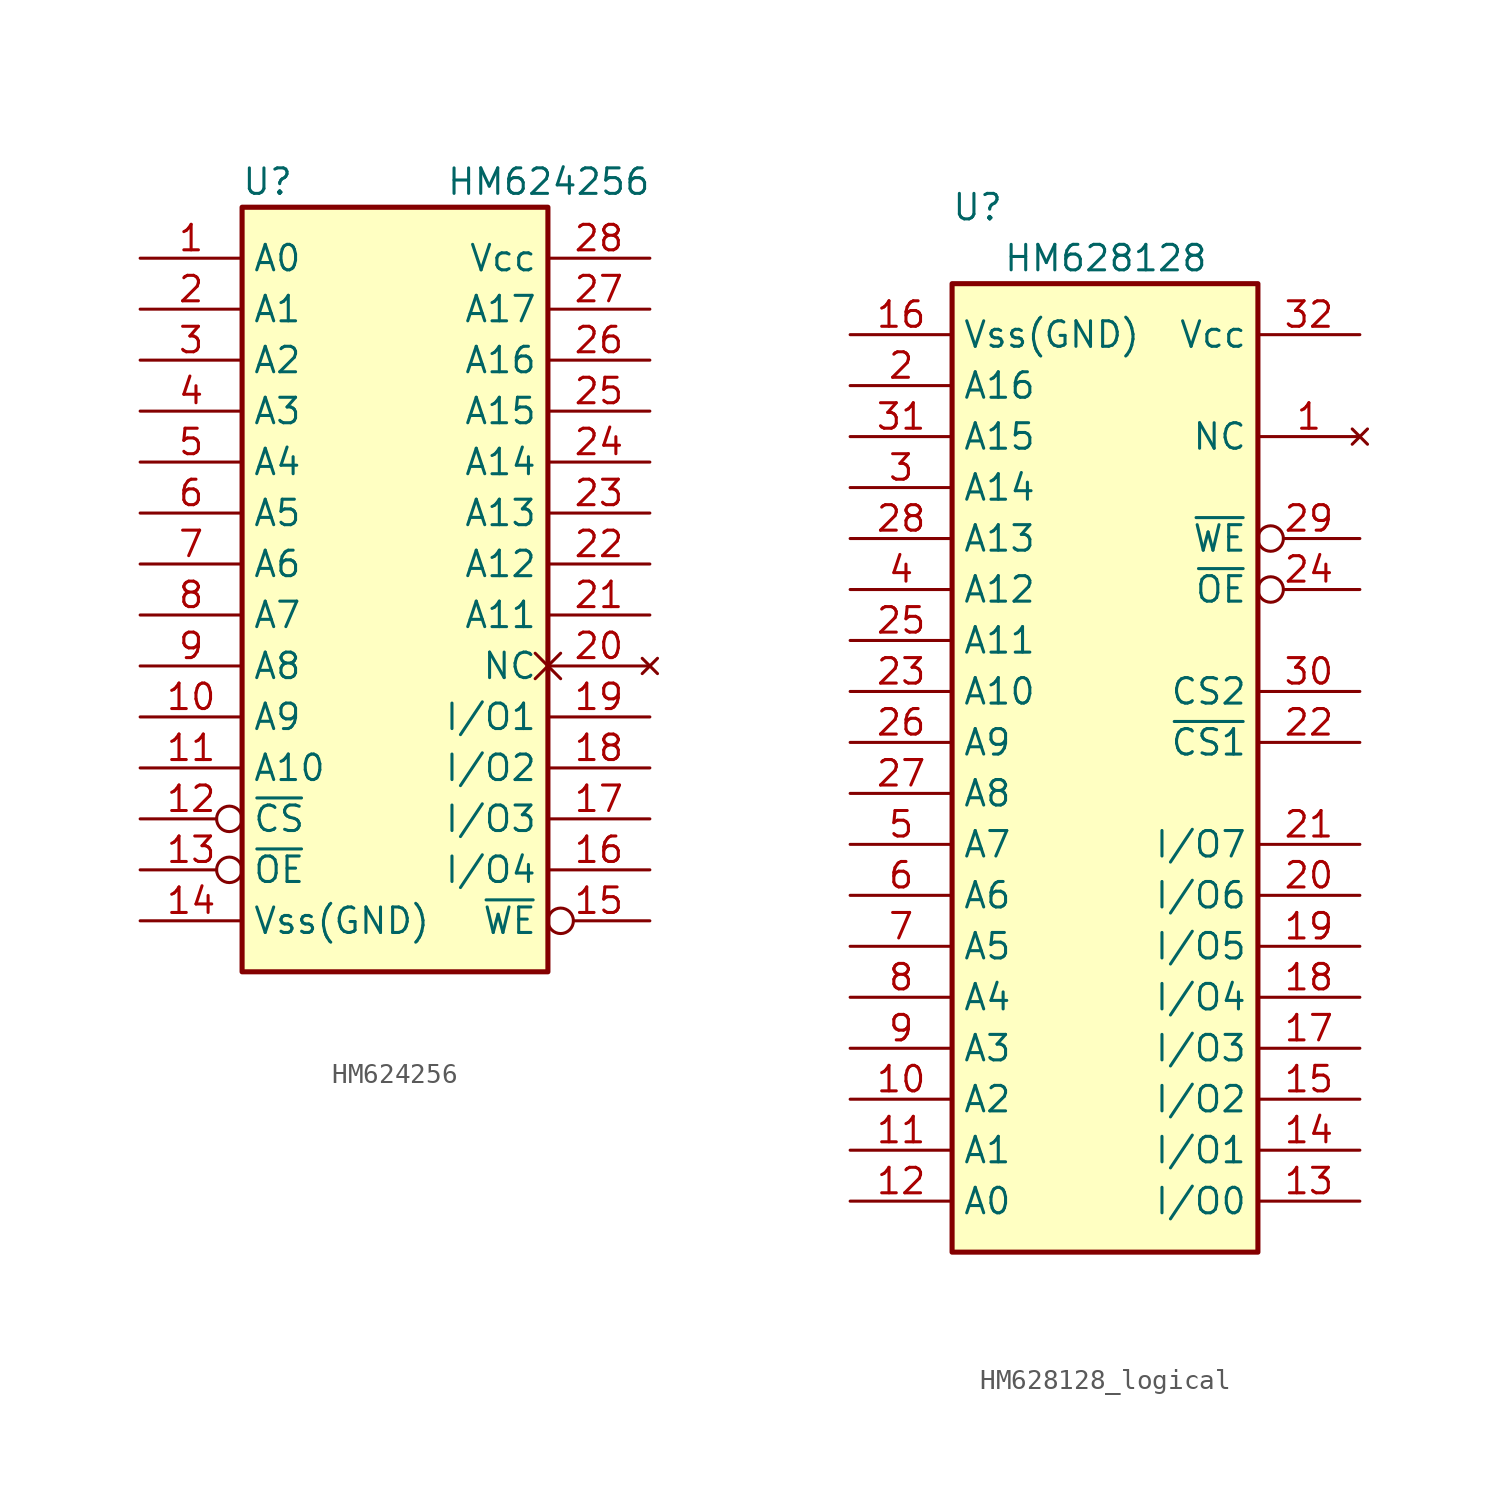
<source format=kicad_sym>
(kicad_symbol_lib
  (version 20220914)
  (generator kicad_symbol_editor)
  (symbol "HM624256"
    (property "Reference" "U"
      (at -6.35 19.05 0)
      (effects (font (size 1.27 1.27))))
    (property "Value" "HM624256"
      (at 2.54 19.05 0)
      (effects (font (size 1.27 1.27)) (justify left)))
    (symbol "HM624256_1_1"
      (rectangle (start -7.62 17.78) (end 7.62 -20.32) (stroke (width 0.254) (type default)) (fill (type background)))
      (pin input line (at -12.7 15.24 0) (length 5.08) (name "A0" (effects (font (size 1.27 1.27)))) (number "1" (effects (font (size 1.27 1.27)))))
      (pin input line (at -12.7 -7.62 0) (length 5.08) (name "A9" (effects (font (size 1.27 1.27)))) (number "10" (effects (font (size 1.27 1.27)))))
      (pin input line (at -12.7 -10.16 0) (length 5.08) (name "A10" (effects (font (size 1.27 1.27)))) (number "11" (effects (font (size 1.27 1.27)))))
      (pin input inverted (at -12.7 -12.7 0) (length 5.08) (name "~{CS}" (effects (font (size 1.27 1.27)))) (number "12" (effects (font (size 1.27 1.27)))))
      (pin input inverted (at -12.7 -15.24 0) (length 5.08) (name "~{OE}" (effects (font (size 1.27 1.27)))) (number "13" (effects (font (size 1.27 1.27)))))
      (pin power_in line (at -12.7 -17.78 0) (length 5.08) (name "Vss(GND)" (effects (font (size 1.27 1.27)))) (number "14" (effects (font (size 1.27 1.27)))))
      (pin input inverted (at 12.7 -17.78 180) (length 5.08) (name "~{WE}" (effects (font (size 1.27 1.27)))) (number "15" (effects (font (size 1.27 1.27)))))
      (pin tri_state line (at 12.7 -15.24 180) (length 5.08) (name "I/O4" (effects (font (size 1.27 1.27)))) (number "16" (effects (font (size 1.27 1.27)))))
      (pin tri_state line (at 12.7 -12.7 180) (length 5.08) (name "I/O3" (effects (font (size 1.27 1.27)))) (number "17" (effects (font (size 1.27 1.27)))))
      (pin tri_state line (at 12.7 -10.16 180) (length 5.08) (name "I/O2" (effects (font (size 1.27 1.27)))) (number "18" (effects (font (size 1.27 1.27)))))
      (pin tri_state line (at 12.7 -7.62 180) (length 5.08) (name "I/O1" (effects (font (size 1.27 1.27)))) (number "19" (effects (font (size 1.27 1.27)))))
      (pin input line (at -12.7 12.7 0) (length 5.08) (name "A1" (effects (font (size 1.27 1.27)))) (number "2" (effects (font (size 1.27 1.27)))))
      (pin no_connect non_logic (at 12.7 -5.08 180) (length 5.08) (name "NC" (effects (font (size 1.27 1.27)))) (number "20" (effects (font (size 1.27 1.27)))))
      (pin input line (at 12.7 -2.54 180) (length 5.08) (name "A11" (effects (font (size 1.27 1.27)))) (number "21" (effects (font (size 1.27 1.27)))))
      (pin input line (at 12.7 0 180) (length 5.08) (name "A12" (effects (font (size 1.27 1.27)))) (number "22" (effects (font (size 1.27 1.27)))))
      (pin input line (at 12.7 2.54 180) (length 5.08) (name "A13" (effects (font (size 1.27 1.27)))) (number "23" (effects (font (size 1.27 1.27)))))
      (pin input line (at 12.7 5.08 180) (length 5.08) (name "A14" (effects (font (size 1.27 1.27)))) (number "24" (effects (font (size 1.27 1.27)))))
      (pin input line (at 12.7 7.62 180) (length 5.08) (name "A15" (effects (font (size 1.27 1.27)))) (number "25" (effects (font (size 1.27 1.27)))))
      (pin input line (at 12.7 10.16 180) (length 5.08) (name "A16" (effects (font (size 1.27 1.27)))) (number "26" (effects (font (size 1.27 1.27)))))
      (pin input line (at 12.7 12.7 180) (length 5.08) (name "A17" (effects (font (size 1.27 1.27)))) (number "27" (effects (font (size 1.27 1.27)))))
      (pin power_in line (at 12.7 15.24 180) (length 5.08) (name "Vcc" (effects (font (size 1.27 1.27)))) (number "28" (effects (font (size 1.27 1.27)))))
      (pin input line (at -12.7 10.16 0) (length 5.08) (name "A2" (effects (font (size 1.27 1.27)))) (number "3" (effects (font (size 1.27 1.27)))))
      (pin input line (at -12.7 7.62 0) (length 5.08) (name "A3" (effects (font (size 1.27 1.27)))) (number "4" (effects (font (size 1.27 1.27)))))
      (pin input line (at -12.7 5.08 0) (length 5.08) (name "A4" (effects (font (size 1.27 1.27)))) (number "5" (effects (font (size 1.27 1.27)))))
      (pin input line (at -12.7 2.54 0) (length 5.08) (name "A5" (effects (font (size 1.27 1.27)))) (number "6" (effects (font (size 1.27 1.27)))))
      (pin input line (at -12.7 0 0) (length 5.08) (name "A6" (effects (font (size 1.27 1.27)))) (number "7" (effects (font (size 1.27 1.27)))))
      (pin input line (at -12.7 -2.54 0) (length 5.08) (name "A7" (effects (font (size 1.27 1.27)))) (number "8" (effects (font (size 1.27 1.27)))))
      (pin input line (at -12.7 -5.08 0) (length 5.08) (name "A8" (effects (font (size 1.27 1.27)))) (number "9" (effects (font (size 1.27 1.27)))))))
  (symbol "HM628128_logical"
    (property "Reference" "U"
      (at -6.35 26.67 0)
      (effects (font (size 1.27 1.27))))
    (property "Value" "HM628128"
      (at -5.08 24.13 0)
      (effects (font (size 1.27 1.27)) (justify left)))
    (symbol "HM628128_logical_1_1"
      (rectangle (start -7.62 22.86) (end 7.62 -25.4) (stroke (width 0.254) (type default)) (fill (type background)))
      (pin no_connect line (at 12.7 15.24 180) (length 5.08) (name "NC" (effects (font (size 1.27 1.27)))) (number "1" (effects (font (size 1.27 1.27)))))
      (pin input line (at -12.7 -17.78 0) (length 5.08) (name "A2" (effects (font (size 1.27 1.27)))) (number "10" (effects (font (size 1.27 1.27)))))
      (pin input line (at -12.7 -20.32 0) (length 5.08) (name "A1" (effects (font (size 1.27 1.27)))) (number "11" (effects (font (size 1.27 1.27)))))
      (pin input line (at -12.7 -22.86 0) (length 5.08) (name "A0" (effects (font (size 1.27 1.27)))) (number "12" (effects (font (size 1.27 1.27)))))
      (pin tri_state line (at 12.7 -22.86 180) (length 5.08) (name "I/O0" (effects (font (size 1.27 1.27)))) (number "13" (effects (font (size 1.27 1.27)))))
      (pin tri_state line (at 12.7 -20.32 180) (length 5.08) (name "I/O1" (effects (font (size 1.27 1.27)))) (number "14" (effects (font (size 1.27 1.27)))))
      (pin tri_state line (at 12.7 -17.78 180) (length 5.08) (name "I/O2" (effects (font (size 1.27 1.27)))) (number "15" (effects (font (size 1.27 1.27)))))
      (pin power_in line (at -12.7 20.32 0) (length 5.08) (name "Vss(GND)" (effects (font (size 1.27 1.27)))) (number "16" (effects (font (size 1.27 1.27)))))
      (pin tri_state line (at 12.7 -15.24 180) (length 5.08) (name "I/O3" (effects (font (size 1.27 1.27)))) (number "17" (effects (font (size 1.27 1.27)))))
      (pin tri_state line (at 12.7 -12.7 180) (length 5.08) (name "I/O4" (effects (font (size 1.27 1.27)))) (number "18" (effects (font (size 1.27 1.27)))))
      (pin tri_state line (at 12.7 -10.16 180) (length 5.08) (name "I/O5" (effects (font (size 1.27 1.27)))) (number "19" (effects (font (size 1.27 1.27)))))
      (pin input line (at -12.7 17.78 0) (length 5.08) (name "A16" (effects (font (size 1.27 1.27)))) (number "2" (effects (font (size 1.27 1.27)))))
      (pin tri_state line (at 12.7 -7.62 180) (length 5.08) (name "I/O6" (effects (font (size 1.27 1.27)))) (number "20" (effects (font (size 1.27 1.27)))))
      (pin tri_state line (at 12.7 -5.08 180) (length 5.08) (name "I/O7" (effects (font (size 1.27 1.27)))) (number "21" (effects (font (size 1.27 1.27)))))
      (pin input line (at 12.7 0 180) (length 5.08) (name "~{CS1}" (effects (font (size 1.27 1.27)))) (number "22" (effects (font (size 1.27 1.27)))))
      (pin input line (at -12.7 2.54 0) (length 5.08) (name "A10" (effects (font (size 1.27 1.27)))) (number "23" (effects (font (size 1.27 1.27)))))
      (pin input inverted (at 12.7 7.62 180) (length 5.08) (name "~{OE}" (effects (font (size 1.27 1.27)))) (number "24" (effects (font (size 1.27 1.27)))))
      (pin input line (at -12.7 5.08 0) (length 5.08) (name "A11" (effects (font (size 1.27 1.27)))) (number "25" (effects (font (size 1.27 1.27)))))
      (pin input line (at -12.7 0 0) (length 5.08) (name "A9" (effects (font (size 1.27 1.27)))) (number "26" (effects (font (size 1.27 1.27)))))
      (pin input line (at -12.7 -2.54 0) (length 5.08) (name "A8" (effects (font (size 1.27 1.27)))) (number "27" (effects (font (size 1.27 1.27)))))
      (pin input line (at -12.7 10.16 0) (length 5.08) (name "A13" (effects (font (size 1.27 1.27)))) (number "28" (effects (font (size 1.27 1.27)))))
      (pin input inverted (at 12.7 10.16 180) (length 5.08) (name "~{WE}" (effects (font (size 1.27 1.27)))) (number "29" (effects (font (size 1.27 1.27)))))
      (pin input line (at -12.7 12.7 0) (length 5.08) (name "A14" (effects (font (size 1.27 1.27)))) (number "3" (effects (font (size 1.27 1.27)))))
      (pin input line (at 12.7 2.54 180) (length 5.08) (name "CS2" (effects (font (size 1.27 1.27)))) (number "30" (effects (font (size 1.27 1.27)))))
      (pin input line (at -12.7 15.24 0) (length 5.08) (name "A15" (effects (font (size 1.27 1.27)))) (number "31" (effects (font (size 1.27 1.27)))))
      (pin power_in line (at 12.7 20.32 180) (length 5.08) (name "Vcc" (effects (font (size 1.27 1.27)))) (number "32" (effects (font (size 1.27 1.27)))))
      (pin input line (at -12.7 7.62 0) (length 5.08) (name "A12" (effects (font (size 1.27 1.27)))) (number "4" (effects (font (size 1.27 1.27)))))
      (pin input line (at -12.7 -5.08 0) (length 5.08) (name "A7" (effects (font (size 1.27 1.27)))) (number "5" (effects (font (size 1.27 1.27)))))
      (pin input line (at -12.7 -7.62 0) (length 5.08) (name "A6" (effects (font (size 1.27 1.27)))) (number "6" (effects (font (size 1.27 1.27)))))
      (pin input line (at -12.7 -10.16 0) (length 5.08) (name "A5" (effects (font (size 1.27 1.27)))) (number "7" (effects (font (size 1.27 1.27)))))
      (pin input line (at -12.7 -12.7 0) (length 5.08) (name "A4" (effects (font (size 1.27 1.27)))) (number "8" (effects (font (size 1.27 1.27)))))
      (pin input line (at -12.7 -15.24 0) (length 5.08) (name "A3" (effects (font (size 1.27 1.27)))) (number "9" (effects (font (size 1.27 1.27))))))))
</source>
